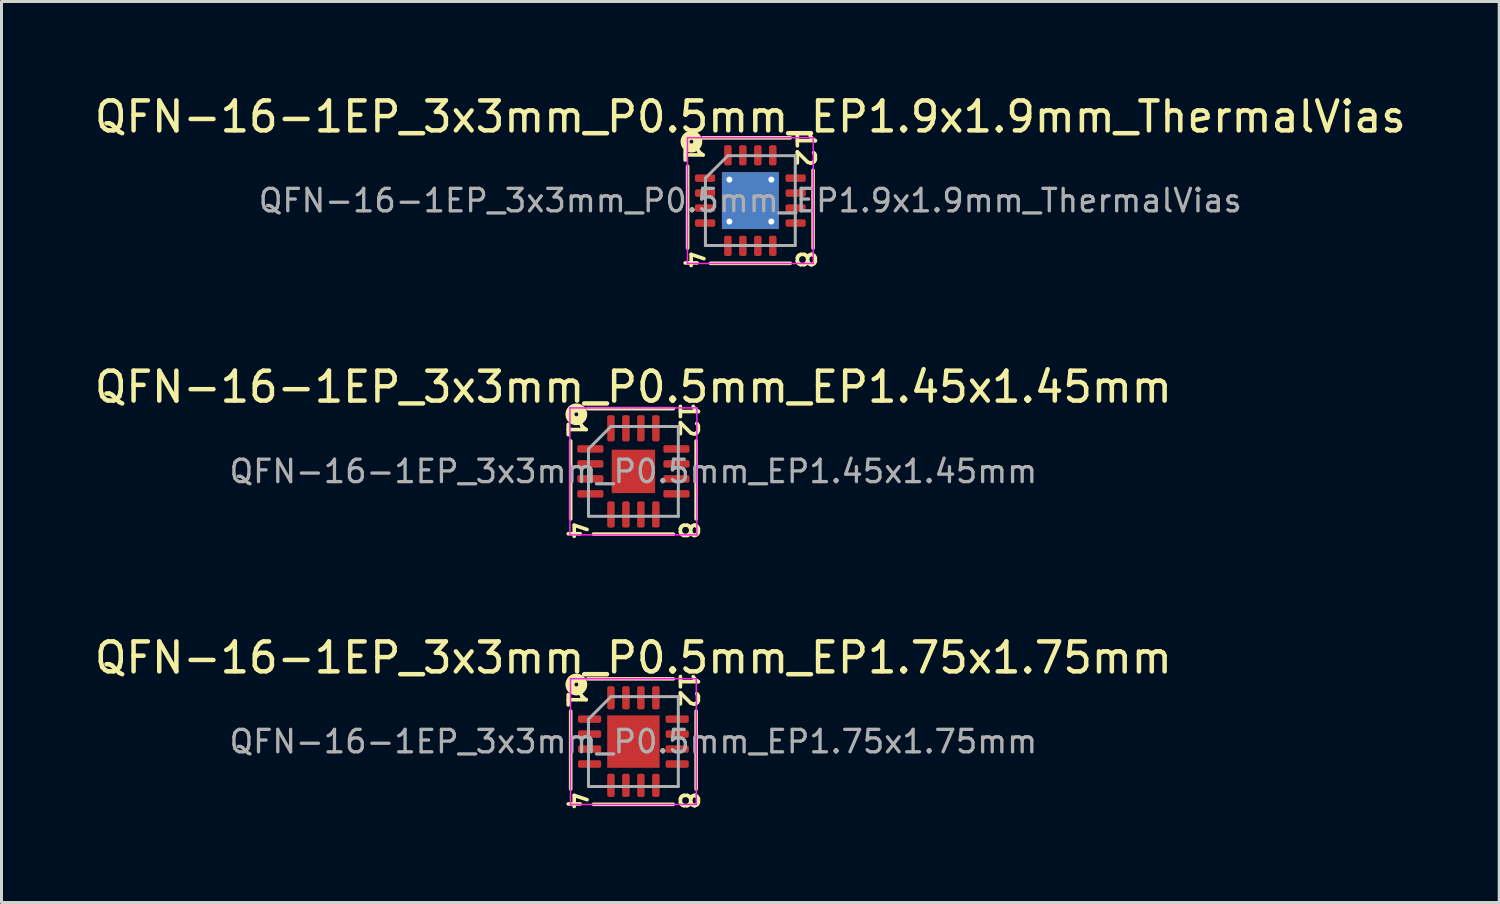
<source format=kicad_pcb>
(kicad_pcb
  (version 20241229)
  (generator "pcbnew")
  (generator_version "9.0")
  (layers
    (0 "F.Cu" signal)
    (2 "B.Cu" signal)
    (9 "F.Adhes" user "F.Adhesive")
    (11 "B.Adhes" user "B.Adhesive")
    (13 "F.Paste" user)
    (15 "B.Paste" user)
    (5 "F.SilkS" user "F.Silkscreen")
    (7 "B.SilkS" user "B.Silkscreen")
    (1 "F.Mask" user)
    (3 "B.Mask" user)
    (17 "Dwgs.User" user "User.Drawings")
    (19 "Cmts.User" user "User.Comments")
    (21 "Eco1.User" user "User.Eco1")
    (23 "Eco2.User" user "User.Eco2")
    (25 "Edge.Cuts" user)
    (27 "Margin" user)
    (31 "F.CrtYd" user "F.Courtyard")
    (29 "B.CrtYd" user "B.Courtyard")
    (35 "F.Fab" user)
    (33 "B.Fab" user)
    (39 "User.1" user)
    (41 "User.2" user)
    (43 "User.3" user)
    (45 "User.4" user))
  (footprint "QFN-16-1EP_3x3mm_P0.5mm_EP1.75x1.75mm"
    (layer "F.Cu")
    (at 18.101 21.713)
    (property "Reference" "QFN-16-1EP_3x3mm_P0.5mm_EP1.75x1.75mm" (at 0 -2.8 0) (layer "F.SilkS") (effects (font (size 1 1) (thickness 0.15))))
    (attr smd)
    (fp_line (start -2.095 1.587) (end -2.095 -1.016) (stroke (width 0.12) (type solid)) (layer "F.SilkS"))
    (fp_line (start -1.524 -2.095) (end 1.333 -2.095) (stroke (width 0.12) (type solid)) (layer "F.SilkS"))
    (fp_line (start 1.333 2.095) (end -1.333 2.095) (stroke (width 0.12) (type solid)) (layer "F.SilkS"))
    (fp_line (start 2.095 -1.016) (end 2.095 1.587) (stroke (width 0.12) (type solid)) (layer "F.SilkS"))
    (fp_circle (center -1.905 -1.905) (end -1.841 -1.905) (stroke (width 0.3) (type solid)) (fill no) (layer "F.SilkS"))
    (fp_line (start -2.1 -2.1) (end -2.1 2.1) (stroke (width 0.05) (type solid)) (layer "F.CrtYd"))
    (fp_line (start -2.1 2.1) (end 2.1 2.1) (stroke (width 0.05) (type solid)) (layer "F.CrtYd"))
    (fp_line (start 2.1 -2.1) (end -2.1 -2.1) (stroke (width 0.05) (type solid)) (layer "F.CrtYd"))
    (fp_line (start 2.1 2.1) (end 2.1 -2.1) (stroke (width 0.05) (type solid)) (layer "F.CrtYd"))
    (fp_line (start -1.5 -0.75) (end -0.75 -1.5) (stroke (width 0.1) (type solid)) (layer "F.Fab"))
    (fp_line (start -1.5 1.5) (end -1.5 -0.75) (stroke (width 0.1) (type solid)) (layer "F.Fab"))
    (fp_line (start -0.75 -1.5) (end 1.5 -1.5) (stroke (width 0.1) (type solid)) (layer "F.Fab"))
    (fp_line (start 1.5 -1.5) (end 1.5 1.5) (stroke (width 0.1) (type solid)) (layer "F.Fab"))
    (fp_line (start 1.5 1.5) (end -1.5 1.5) (stroke (width 0.1) (type solid)) (layer "F.Fab"))
    (fp_text user "12" (at 1.841 -1.714 270) (unlocked yes) (layer "F.SilkS") (effects (font (size 0.6 0.6) (thickness 0.12))))
    (fp_text user "4" (at -1.905 1.968 270) (unlocked yes) (layer "F.SilkS") (effects (font (size 0.6 0.6) (thickness 0.12))))
    (fp_text user "1" (at -1.905 -1.397 270) (unlocked yes) (layer "F.SilkS") (effects (font (size 0.6 0.6) (thickness 0.12))))
    (fp_text user "8" (at 1.841 1.968 270) (unlocked yes) (layer "F.SilkS") (effects (font (size 0.6 0.6) (thickness 0.12))))
    (fp_text user "${REFERENCE}" (at 0 0 0) (layer "F.Fab") (effects (font (size 0.75 0.75) (thickness 0.11))))
    (pad "" smd roundrect (at -0.44 -0.44) (size 0.71 0.71) (layers "F.Paste") (roundrect_rratio 0.25))
    (pad "" smd roundrect (at -0.44 0.44) (size 0.71 0.71) (layers "F.Paste") (roundrect_rratio 0.25))
    (pad "" smd roundrect (at 0.44 -0.44) (size 0.71 0.71) (layers "F.Paste") (roundrect_rratio 0.25))
    (pad "" smd roundrect (at 0.44 0.44) (size 0.71 0.71) (layers "F.Paste") (roundrect_rratio 0.25))
    (pad "1" smd roundrect (at -1.462 -0.75) (size 0.775 0.25) (layers "F.Cu" "F.Mask" "F.Paste") (roundrect_rratio 0.25))
    (pad "2" smd roundrect (at -1.462 -0.25) (size 0.775 0.25) (layers "F.Cu" "F.Mask" "F.Paste") (roundrect_rratio 0.25))
    (pad "3" smd roundrect (at -1.462 0.25) (size 0.775 0.25) (layers "F.Cu" "F.Mask" "F.Paste") (roundrect_rratio 0.25))
    (pad "4" smd roundrect (at -1.462 0.75) (size 0.775 0.25) (layers "F.Cu" "F.Mask" "F.Paste") (roundrect_rratio 0.25))
    (pad "5" smd roundrect (at -0.75 1.462) (size 0.25 0.775) (layers "F.Cu" "F.Mask" "F.Paste") (roundrect_rratio 0.25))
    (pad "6" smd roundrect (at -0.25 1.462) (size 0.25 0.775) (layers "F.Cu" "F.Mask" "F.Paste") (roundrect_rratio 0.25))
    (pad "7" smd roundrect (at 0.25 1.462) (size 0.25 0.775) (layers "F.Cu" "F.Mask" "F.Paste") (roundrect_rratio 0.25))
    (pad "8" smd roundrect (at 0.75 1.462) (size 0.25 0.775) (layers "F.Cu" "F.Mask" "F.Paste") (roundrect_rratio 0.25))
    (pad "9" smd roundrect (at 1.462 0.75) (size 0.775 0.25) (layers "F.Cu" "F.Mask" "F.Paste") (roundrect_rratio 0.25))
    (pad "10" smd roundrect (at 1.462 0.25) (size 0.775 0.25) (layers "F.Cu" "F.Mask" "F.Paste") (roundrect_rratio 0.25))
    (pad "11" smd roundrect (at 1.462 -0.25) (size 0.775 0.25) (layers "F.Cu" "F.Mask" "F.Paste") (roundrect_rratio 0.25))
    (pad "12" smd roundrect (at 1.462 -0.75) (size 0.775 0.25) (layers "F.Cu" "F.Mask" "F.Paste") (roundrect_rratio 0.25))
    (pad "13" smd roundrect (at 0.75 -1.462) (size 0.25 0.775) (layers "F.Cu" "F.Mask" "F.Paste") (roundrect_rratio 0.25))
    (pad "14" smd roundrect (at 0.25 -1.462) (size 0.25 0.775) (layers "F.Cu" "F.Mask" "F.Paste") (roundrect_rratio 0.25))
    (pad "15" smd roundrect (at -0.25 -1.462) (size 0.25 0.775) (layers "F.Cu" "F.Mask" "F.Paste") (roundrect_rratio 0.25))
    (pad "16" smd roundrect (at -0.75 -1.462) (size 0.25 0.775) (layers "F.Cu" "F.Mask" "F.Paste") (roundrect_rratio 0.25))
    (pad "17" smd rect (at 0 0) (size 1.75 1.75) (layers "F.Cu" "F.Mask")))
  (footprint "QFN-16-1EP_3x3mm_P0.5mm_EP1.9x1.9mm_ThermalVias"
    (layer "F.Cu")
    (at 22.006 3.648)
    (property "Reference" "QFN-16-1EP_3x3mm_P0.5mm_EP1.9x1.9mm_ThermalVias" (at 0 -2.8 0) (layer "F.SilkS") (effects (font (size 1 1) (thickness 0.15))))
    (attr smd)
    (fp_line (start -2.095 1.587) (end -2.095 -1.143) (stroke (width 0.12) (type solid)) (layer "F.SilkS"))
    (fp_line (start -1.587 -2.095) (end 1.333 -2.095) (stroke (width 0.12) (type solid)) (layer "F.SilkS"))
    (fp_line (start 1.333 2.095) (end -1.333 2.095) (stroke (width 0.12) (type solid)) (layer "F.SilkS"))
    (fp_line (start 2.095 -1.016) (end 2.095 1.587) (stroke (width 0.12) (type solid)) (layer "F.SilkS"))
    (fp_circle (center -1.968 -1.968) (end -1.905 -1.968) (stroke (width 0.3) (type solid)) (fill no) (layer "F.SilkS"))
    (fp_line (start -2.1 -2.1) (end -2.1 2.1) (stroke (width 0.05) (type solid)) (layer "F.CrtYd"))
    (fp_line (start -2.1 2.1) (end 2.1 2.1) (stroke (width 0.05) (type solid)) (layer "F.CrtYd"))
    (fp_line (start 2.1 -2.1) (end -2.1 -2.1) (stroke (width 0.05) (type solid)) (layer "F.CrtYd"))
    (fp_line (start 2.1 2.1) (end 2.1 -2.1) (stroke (width 0.05) (type solid)) (layer "F.CrtYd"))
    (fp_line (start -1.5 -0.75) (end -0.75 -1.5) (stroke (width 0.1) (type solid)) (layer "F.Fab"))
    (fp_line (start -1.5 1.5) (end -1.5 -0.75) (stroke (width 0.1) (type solid)) (layer "F.Fab"))
    (fp_line (start -0.75 -1.5) (end 1.5 -1.5) (stroke (width 0.1) (type solid)) (layer "F.Fab"))
    (fp_line (start 1.5 -1.5) (end 1.5 1.5) (stroke (width 0.1) (type solid)) (layer "F.Fab"))
    (fp_line (start 1.5 1.5) (end -1.5 1.5) (stroke (width 0.1) (type solid)) (layer "F.Fab"))
    (fp_text user "1" (at -1.905 -1.524 270) (unlocked yes) (layer "F.SilkS") (effects (font (size 0.6 0.6) (thickness 0.12))))
    (fp_text user "12" (at 1.841 -1.714 270) (unlocked yes) (layer "F.SilkS") (effects (font (size 0.6 0.6) (thickness 0.12))))
    (fp_text user "8" (at 1.841 1.968 270) (unlocked yes) (layer "F.SilkS") (effects (font (size 0.6 0.6) (thickness 0.12))))
    (fp_text user "4" (at -1.905 1.968 270) (unlocked yes) (layer "F.SilkS") (effects (font (size 0.6 0.6) (thickness 0.12))))
    (fp_text user "${REFERENCE}" (at 0 0 0) (layer "F.Fab") (effects (font (size 0.75 0.75) (thickness 0.11))))
    (pad "" smd roundrect (at -0.475 -0.475) (size 0.82 0.82) (layers "F.Paste") (roundrect_rratio 0.25))
    (pad "" smd roundrect (at -0.475 0.475) (size 0.82 0.82) (layers "F.Paste") (roundrect_rratio 0.25))
    (pad "" smd roundrect (at 0.475 -0.475) (size 0.82 0.82) (layers "F.Paste") (roundrect_rratio 0.25))
    (pad "" smd roundrect (at 0.475 0.475) (size 0.82 0.82) (layers "F.Paste") (roundrect_rratio 0.25))
    (pad "1" smd roundrect (at -1.512 -0.75) (size 0.675 0.25) (layers "F.Cu" "F.Mask" "F.Paste") (roundrect_rratio 0.25))
    (pad "2" smd roundrect (at -1.512 -0.25) (size 0.675 0.25) (layers "F.Cu" "F.Mask" "F.Paste") (roundrect_rratio 0.25))
    (pad "3" smd roundrect (at -1.512 0.25) (size 0.675 0.25) (layers "F.Cu" "F.Mask" "F.Paste") (roundrect_rratio 0.25))
    (pad "4" smd roundrect (at -1.512 0.75) (size 0.675 0.25) (layers "F.Cu" "F.Mask" "F.Paste") (roundrect_rratio 0.25))
    (pad "5" smd roundrect (at -0.75 1.512) (size 0.25 0.675) (layers "F.Cu" "F.Mask" "F.Paste") (roundrect_rratio 0.25))
    (pad "6" smd roundrect (at -0.25 1.512) (size 0.25 0.675) (layers "F.Cu" "F.Mask" "F.Paste") (roundrect_rratio 0.25))
    (pad "7" smd roundrect (at 0.25 1.512) (size 0.25 0.675) (layers "F.Cu" "F.Mask" "F.Paste") (roundrect_rratio 0.25))
    (pad "8" smd roundrect (at 0.75 1.512) (size 0.25 0.675) (layers "F.Cu" "F.Mask" "F.Paste") (roundrect_rratio 0.25))
    (pad "9" smd roundrect (at 1.512 0.75) (size 0.675 0.25) (layers "F.Cu" "F.Mask" "F.Paste") (roundrect_rratio 0.25))
    (pad "10" smd roundrect (at 1.512 0.25) (size 0.675 0.25) (layers "F.Cu" "F.Mask" "F.Paste") (roundrect_rratio 0.25))
    (pad "11" smd roundrect (at 1.512 -0.25) (size 0.675 0.25) (layers "F.Cu" "F.Mask" "F.Paste") (roundrect_rratio 0.25))
    (pad "12" smd roundrect (at 1.512 -0.75) (size 0.675 0.25) (layers "F.Cu" "F.Mask" "F.Paste") (roundrect_rratio 0.25))
    (pad "13" smd roundrect (at 0.75 -1.512) (size 0.25 0.675) (layers "F.Cu" "F.Mask" "F.Paste") (roundrect_rratio 0.25))
    (pad "14" smd roundrect (at 0.25 -1.512) (size 0.25 0.675) (layers "F.Cu" "F.Mask" "F.Paste") (roundrect_rratio 0.25))
    (pad "15" smd roundrect (at -0.25 -1.512) (size 0.25 0.675) (layers "F.Cu" "F.Mask" "F.Paste") (roundrect_rratio 0.25))
    (pad "16" smd roundrect (at -0.75 -1.512) (size 0.25 0.675) (layers "F.Cu" "F.Mask" "F.Paste") (roundrect_rratio 0.25))
    (pad "17" thru_hole circle (at -0.7 -0.7) (size 0.5 0.5) (drill 0.2) (layers "*.Cu"))
    (pad "17" thru_hole circle (at -0.7 0.7) (size 0.5 0.5) (drill 0.2) (layers "*.Cu"))
    (pad "17" smd rect (at 0 0) (size 1.9 1.9) (layers "F.Cu" "F.Mask"))
    (pad "17" smd rect (at 0 0) (size 1.9 1.9) (layers "B.Cu" "B.Mask"))
    (pad "17" thru_hole circle (at 0.7 -0.7) (size 0.5 0.5) (drill 0.2) (layers "*.Cu"))
    (pad "17" thru_hole circle (at 0.7 0.7) (size 0.5 0.5) (drill 0.2) (layers "*.Cu")))
  (footprint "QFN-16-1EP_3x3mm_P0.5mm_EP1.45x1.45mm"
    (layer "F.Cu")
    (at 18.101 12.691)
    (property "Reference" "QFN-16-1EP_3x3mm_P0.5mm_EP1.45x1.45mm" (at 0 -2.82 0) (layer "F.SilkS") (effects (font (size 1 1) (thickness 0.15))))
    (attr smd)
    (fp_line (start -2.095 1.587) (end -2.095 -1.016) (stroke (width 0.12) (type solid)) (layer "F.SilkS"))
    (fp_line (start -1.524 -2.095) (end 1.333 -2.095) (stroke (width 0.12) (type solid)) (layer "F.SilkS"))
    (fp_line (start 1.333 2.095) (end -1.333 2.095) (stroke (width 0.12) (type solid)) (layer "F.SilkS"))
    (fp_line (start 2.095 -1.016) (end 2.095 1.587) (stroke (width 0.12) (type solid)) (layer "F.SilkS"))
    (fp_circle (center -1.905 -1.905) (end -1.841 -1.905) (stroke (width 0.3) (type solid)) (fill no) (layer "F.SilkS"))
    (fp_line (start -2.12 -2.12) (end -2.12 2.12) (stroke (width 0.05) (type solid)) (layer "F.CrtYd"))
    (fp_line (start -2.12 2.12) (end 2.12 2.12) (stroke (width 0.05) (type solid)) (layer "F.CrtYd"))
    (fp_line (start 2.12 -2.12) (end -2.12 -2.12) (stroke (width 0.05) (type solid)) (layer "F.CrtYd"))
    (fp_line (start 2.12 2.12) (end 2.12 -2.12) (stroke (width 0.05) (type solid)) (layer "F.CrtYd"))
    (fp_line (start -1.5 -0.75) (end -0.75 -1.5) (stroke (width 0.1) (type solid)) (layer "F.Fab"))
    (fp_line (start -1.5 1.5) (end -1.5 -0.75) (stroke (width 0.1) (type solid)) (layer "F.Fab"))
    (fp_line (start -0.75 -1.5) (end 1.5 -1.5) (stroke (width 0.1) (type solid)) (layer "F.Fab"))
    (fp_line (start 1.5 -1.5) (end 1.5 1.5) (stroke (width 0.1) (type solid)) (layer "F.Fab"))
    (fp_line (start 1.5 1.5) (end -1.5 1.5) (stroke (width 0.1) (type solid)) (layer "F.Fab"))
    (fp_text user "1" (at -1.905 -1.397 270) (unlocked yes) (layer "F.SilkS") (effects (font (size 0.6 0.6) (thickness 0.12))))
    (fp_text user "4" (at -1.905 1.968 270) (unlocked yes) (layer "F.SilkS") (effects (font (size 0.6 0.6) (thickness 0.12))))
    (fp_text user "12" (at 1.841 -1.714 270) (unlocked yes) (layer "F.SilkS") (effects (font (size 0.6 0.6) (thickness 0.12))))
    (fp_text user "8" (at 1.841 1.968 270) (unlocked yes) (layer "F.SilkS") (effects (font (size 0.6 0.6) (thickness 0.12))))
    (fp_text user "${REFERENCE}" (at 0 0 0) (layer "F.Fab") (effects (font (size 0.75 0.75) (thickness 0.11))))
    (pad "" smd roundrect (at -0.36 -0.36) (size 0.58 0.58) (layers "F.Paste") (roundrect_rratio 0.25))
    (pad "" smd roundrect (at -0.36 0.36) (size 0.58 0.58) (layers "F.Paste") (roundrect_rratio 0.25))
    (pad "" smd roundrect (at 0.36 -0.36) (size 0.58 0.58) (layers "F.Paste") (roundrect_rratio 0.25))
    (pad "" smd roundrect (at 0.36 0.36) (size 0.58 0.58) (layers "F.Paste") (roundrect_rratio 0.25))
    (pad "1" smd roundrect (at -1.438 -0.75) (size 0.875 0.25) (layers "F.Cu" "F.Mask" "F.Paste") (roundrect_rratio 0.25))
    (pad "2" smd roundrect (at -1.438 -0.25) (size 0.875 0.25) (layers "F.Cu" "F.Mask" "F.Paste") (roundrect_rratio 0.25))
    (pad "3" smd roundrect (at -1.438 0.25) (size 0.875 0.25) (layers "F.Cu" "F.Mask" "F.Paste") (roundrect_rratio 0.25))
    (pad "4" smd roundrect (at -1.438 0.75) (size 0.875 0.25) (layers "F.Cu" "F.Mask" "F.Paste") (roundrect_rratio 0.25))
    (pad "5" smd roundrect (at -0.75 1.438) (size 0.25 0.875) (layers "F.Cu" "F.Mask" "F.Paste") (roundrect_rratio 0.25))
    (pad "6" smd roundrect (at -0.25 1.438) (size 0.25 0.875) (layers "F.Cu" "F.Mask" "F.Paste") (roundrect_rratio 0.25))
    (pad "7" smd roundrect (at 0.25 1.438) (size 0.25 0.875) (layers "F.Cu" "F.Mask" "F.Paste") (roundrect_rratio 0.25))
    (pad "8" smd roundrect (at 0.75 1.438) (size 0.25 0.875) (layers "F.Cu" "F.Mask" "F.Paste") (roundrect_rratio 0.25))
    (pad "9" smd roundrect (at 1.438 0.75) (size 0.875 0.25) (layers "F.Cu" "F.Mask" "F.Paste") (roundrect_rratio 0.25))
    (pad "10" smd roundrect (at 1.438 0.25) (size 0.875 0.25) (layers "F.Cu" "F.Mask" "F.Paste") (roundrect_rratio 0.25))
    (pad "11" smd roundrect (at 1.438 -0.25) (size 0.875 0.25) (layers "F.Cu" "F.Mask" "F.Paste") (roundrect_rratio 0.25))
    (pad "12" smd roundrect (at 1.438 -0.75) (size 0.875 0.25) (layers "F.Cu" "F.Mask" "F.Paste") (roundrect_rratio 0.25))
    (pad "13" smd roundrect (at 0.75 -1.438) (size 0.25 0.875) (layers "F.Cu" "F.Mask" "F.Paste") (roundrect_rratio 0.25))
    (pad "14" smd roundrect (at 0.25 -1.438) (size 0.25 0.875) (layers "F.Cu" "F.Mask" "F.Paste") (roundrect_rratio 0.25))
    (pad "15" smd roundrect (at -0.25 -1.438) (size 0.25 0.875) (layers "F.Cu" "F.Mask" "F.Paste") (roundrect_rratio 0.25))
    (pad "16" smd roundrect (at -0.75 -1.438) (size 0.25 0.875) (layers "F.Cu" "F.Mask" "F.Paste") (roundrect_rratio 0.25))
    (pad "17" smd rect (at 0 0) (size 1.45 1.45) (layers "F.Cu" "F.Mask")))
  (gr_rect
    (start -3 -3)
    (end 47.012 27.087)
    (stroke (width 0.1) (type default))
    (fill no)
    (layer "Edge.Cuts")))
</source>
